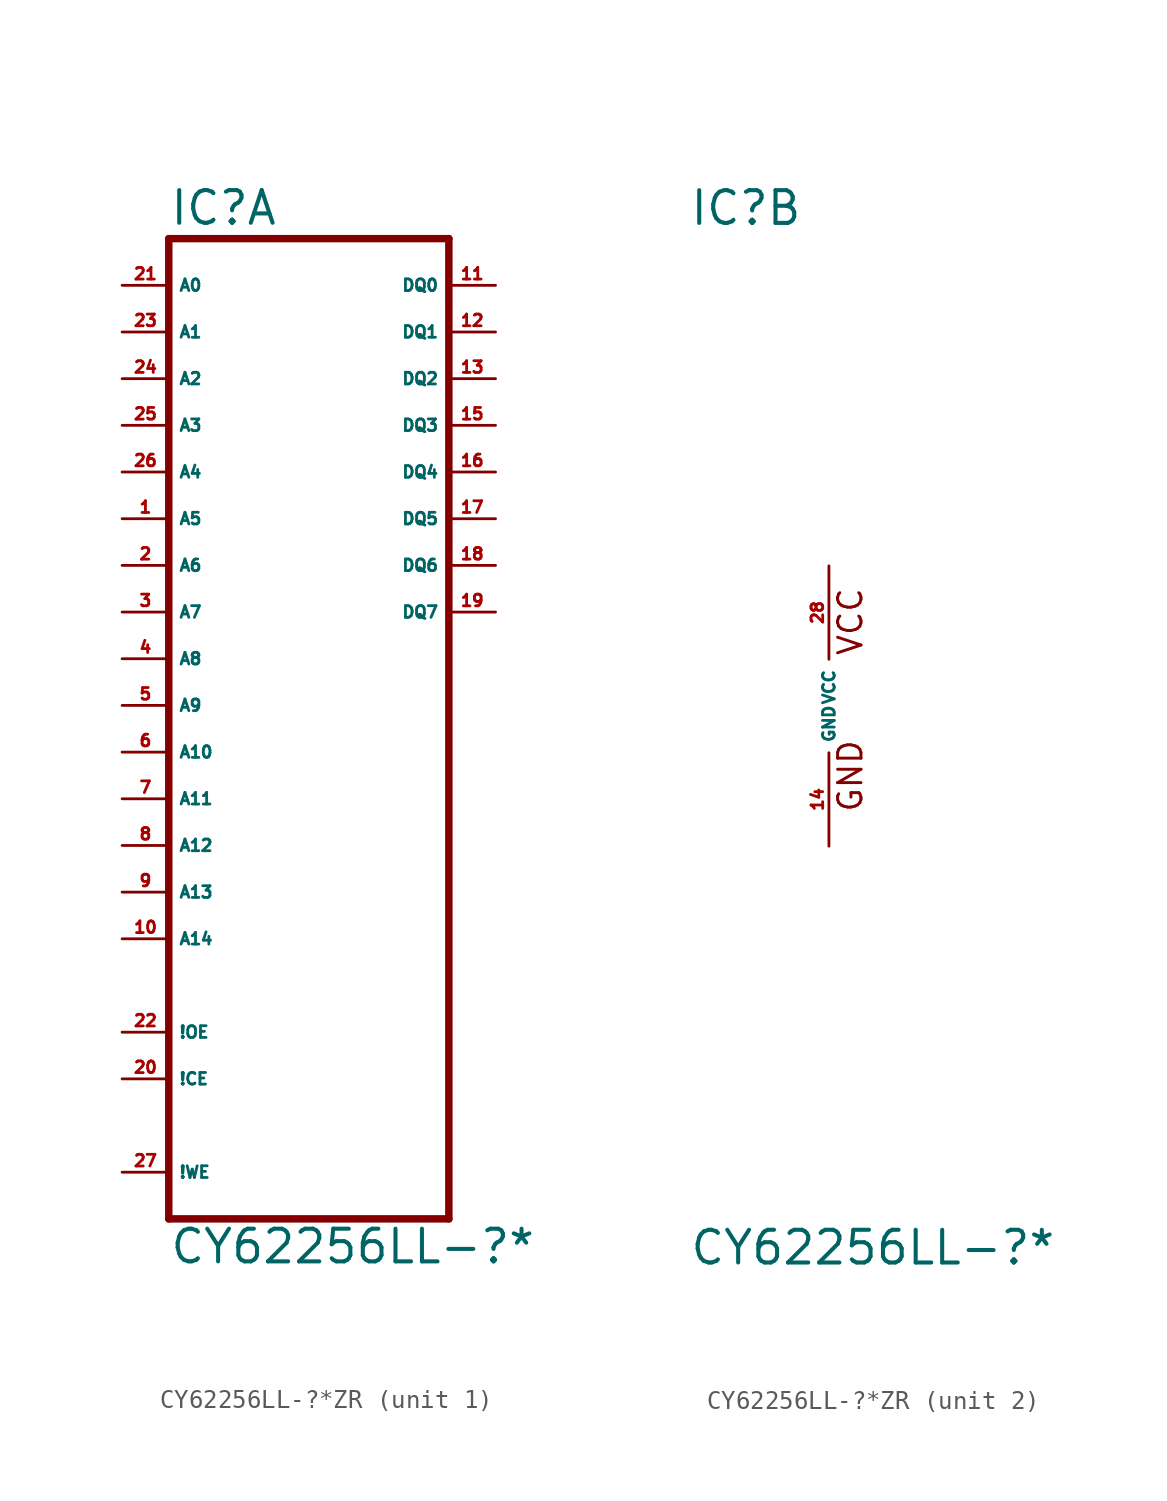
<source format=kicad_sym>
(kicad_symbol_lib
  (version 20220914)
  (generator Eagle2Kicad)
  (symbol "CY62256LL-?*ZR"
    (property "Reference" "IC"
      (at -7.62 26.035 0)
      (effects (font (size 1.778 1.778) (thickness 0.22)) (justify left bottom)))
    (property "Value" "CY62256LL-?*"
      (at -7.62 -30.48 0)
      (effects (font (size 1.778 1.778) (thickness 0.22)) (justify left bottom)))
    (symbol "CY62256LL-?*ZR_1_0"
      (polyline (pts (xy -7.62 25.4) (xy -7.62 -27.94)) (stroke (width 0.406) (type default)) (fill (type none)))
      (polyline (pts (xy 7.62 -27.94) (xy -7.62 -27.94)) (stroke (width 0.406) (type default)) (fill (type none)))
      (polyline (pts (xy 7.62 -27.94) (xy 7.62 25.4)) (stroke (width 0.406) (type default)) (fill (type none)))
      (polyline (pts (xy -7.62 25.4) (xy 7.62 25.4)) (stroke (width 0.406) (type default)) (fill (type none)))
      (pin input line (at -10.16 22.86 0) (length 2.54) (name "A0" (effects (font (size 0.635 0.635) (thickness 0.08)) (justify left bottom))) (number "21" (effects (font (size 0.635 0.635) (thickness 0.08)) (justify left bottom))))
      (pin input line (at -10.16 20.32 0) (length 2.54) (name "A1" (effects (font (size 0.635 0.635) (thickness 0.08)) (justify left bottom))) (number "23" (effects (font (size 0.635 0.635) (thickness 0.08)) (justify left bottom))))
      (pin input line (at -10.16 17.78 0) (length 2.54) (name "A2" (effects (font (size 0.635 0.635) (thickness 0.08)) (justify left bottom))) (number "24" (effects (font (size 0.635 0.635) (thickness 0.08)) (justify left bottom))))
      (pin input line (at -10.16 15.24 0) (length 2.54) (name "A3" (effects (font (size 0.635 0.635) (thickness 0.08)) (justify left bottom))) (number "25" (effects (font (size 0.635 0.635) (thickness 0.08)) (justify left bottom))))
      (pin input line (at -10.16 12.7 0) (length 2.54) (name "A4" (effects (font (size 0.635 0.635) (thickness 0.08)) (justify left bottom))) (number "26" (effects (font (size 0.635 0.635) (thickness 0.08)) (justify left bottom))))
      (pin input line (at -10.16 10.16 0) (length 2.54) (name "A5" (effects (font (size 0.635 0.635) (thickness 0.08)) (justify left bottom))) (number "1" (effects (font (size 0.635 0.635) (thickness 0.08)) (justify left bottom))))
      (pin input line (at -10.16 7.62 0) (length 2.54) (name "A6" (effects (font (size 0.635 0.635) (thickness 0.08)) (justify left bottom))) (number "2" (effects (font (size 0.635 0.635) (thickness 0.08)) (justify left bottom))))
      (pin input line (at -10.16 5.08 0) (length 2.54) (name "A7" (effects (font (size 0.635 0.635) (thickness 0.08)) (justify left bottom))) (number "3" (effects (font (size 0.635 0.635) (thickness 0.08)) (justify left bottom))))
      (pin input line (at -10.16 2.54 0) (length 2.54) (name "A8" (effects (font (size 0.635 0.635) (thickness 0.08)) (justify left bottom))) (number "4" (effects (font (size 0.635 0.635) (thickness 0.08)) (justify left bottom))))
      (pin bidirectional line (at 10.16 22.86 180) (length 2.54) (name "DQ0" (effects (font (size 0.635 0.635) (thickness 0.08)) (justify left bottom))) (number "11" (effects (font (size 0.635 0.635) (thickness 0.08)) (justify left bottom))))
      (pin bidirectional line (at 10.16 20.32 180) (length 2.54) (name "DQ1" (effects (font (size 0.635 0.635) (thickness 0.08)) (justify left bottom))) (number "12" (effects (font (size 0.635 0.635) (thickness 0.08)) (justify left bottom))))
      (pin bidirectional line (at 10.16 17.78 180) (length 2.54) (name "DQ2" (effects (font (size 0.635 0.635) (thickness 0.08)) (justify left bottom))) (number "13" (effects (font (size 0.635 0.635) (thickness 0.08)) (justify left bottom))))
      (pin bidirectional line (at 10.16 15.24 180) (length 2.54) (name "DQ3" (effects (font (size 0.635 0.635) (thickness 0.08)) (justify left bottom))) (number "15" (effects (font (size 0.635 0.635) (thickness 0.08)) (justify left bottom))))
      (pin bidirectional line (at 10.16 12.7 180) (length 2.54) (name "DQ4" (effects (font (size 0.635 0.635) (thickness 0.08)) (justify left bottom))) (number "16" (effects (font (size 0.635 0.635) (thickness 0.08)) (justify left bottom))))
      (pin bidirectional line (at 10.16 10.16 180) (length 2.54) (name "DQ5" (effects (font (size 0.635 0.635) (thickness 0.08)) (justify left bottom))) (number "17" (effects (font (size 0.635 0.635) (thickness 0.08)) (justify left bottom))))
      (pin bidirectional line (at 10.16 7.62 180) (length 2.54) (name "DQ6" (effects (font (size 0.635 0.635) (thickness 0.08)) (justify left bottom))) (number "18" (effects (font (size 0.635 0.635) (thickness 0.08)) (justify left bottom))))
      (pin bidirectional line (at 10.16 5.08 180) (length 2.54) (name "DQ7" (effects (font (size 0.635 0.635) (thickness 0.08)) (justify left bottom))) (number "19" (effects (font (size 0.635 0.635) (thickness 0.08)) (justify left bottom))))
      (pin input line (at -10.16 0 0) (length 2.54) (name "A9" (effects (font (size 0.635 0.635) (thickness 0.08)) (justify left bottom))) (number "5" (effects (font (size 0.635 0.635) (thickness 0.08)) (justify left bottom))))
      (pin input line (at -10.16 -2.54 0) (length 2.54) (name "A10" (effects (font (size 0.635 0.635) (thickness 0.08)) (justify left bottom))) (number "6" (effects (font (size 0.635 0.635) (thickness 0.08)) (justify left bottom))))
      (pin input line (at -10.16 -5.08 0) (length 2.54) (name "A11" (effects (font (size 0.635 0.635) (thickness 0.08)) (justify left bottom))) (number "7" (effects (font (size 0.635 0.635) (thickness 0.08)) (justify left bottom))))
      (pin input line (at -10.16 -7.62 0) (length 2.54) (name "A12" (effects (font (size 0.635 0.635) (thickness 0.08)) (justify left bottom))) (number "8" (effects (font (size 0.635 0.635) (thickness 0.08)) (justify left bottom))))
      (pin input line (at -10.16 -10.16 0) (length 2.54) (name "A13" (effects (font (size 0.635 0.635) (thickness 0.08)) (justify left bottom))) (number "9" (effects (font (size 0.635 0.635) (thickness 0.08)) (justify left bottom))))
      (pin input line (at -10.16 -12.7 0) (length 2.54) (name "A14" (effects (font (size 0.635 0.635) (thickness 0.08)) (justify left bottom))) (number "10" (effects (font (size 0.635 0.635) (thickness 0.08)) (justify left bottom))))
      (pin input line (at -10.16 -17.78 0) (length 2.54) (name "!OE" (effects (font (size 0.635 0.635) (thickness 0.08)) (justify left bottom))) (number "22" (effects (font (size 0.635 0.635) (thickness 0.08)) (justify left bottom))))
      (pin input line (at -10.16 -25.4 0) (length 2.54) (name "!WE" (effects (font (size 0.635 0.635) (thickness 0.08)) (justify left bottom))) (number "27" (effects (font (size 0.635 0.635) (thickness 0.08)) (justify left bottom))))
      (pin input line (at -10.16 -20.32 0) (length 2.54) (name "!CE" (effects (font (size 0.635 0.635) (thickness 0.08)) (justify left bottom))) (number "20" (effects (font (size 0.635 0.635) (thickness 0.08)) (justify left bottom)))))
    (symbol "CY62256LL-?*ZR_2_0"
      (text "GND" (at 1.905 -5.842 900) (effects (font (size 1.27 1.27) (thickness 0.16)) (justify left bottom)))
      (text "VCC" (at 1.905 2.667 900) (effects (font (size 1.27 1.27) (thickness 0.16)) (justify left bottom)))
      (pin unspecified line (at 0 -7.62 90) (length 5.08) (name "GND" (effects (font (size 0.635 0.635) (thickness 0.08)) (justify left bottom))) (number "14" (effects (font (size 0.635 0.635) (thickness 0.08)) (justify left bottom))))
      (pin unspecified line (at 0 7.62 270) (length 5.08) (name "VCC" (effects (font (size 0.635 0.635) (thickness 0.08)) (justify left bottom))) (number "28" (effects (font (size 0.635 0.635) (thickness 0.08)) (justify left bottom)))))))
</source>
